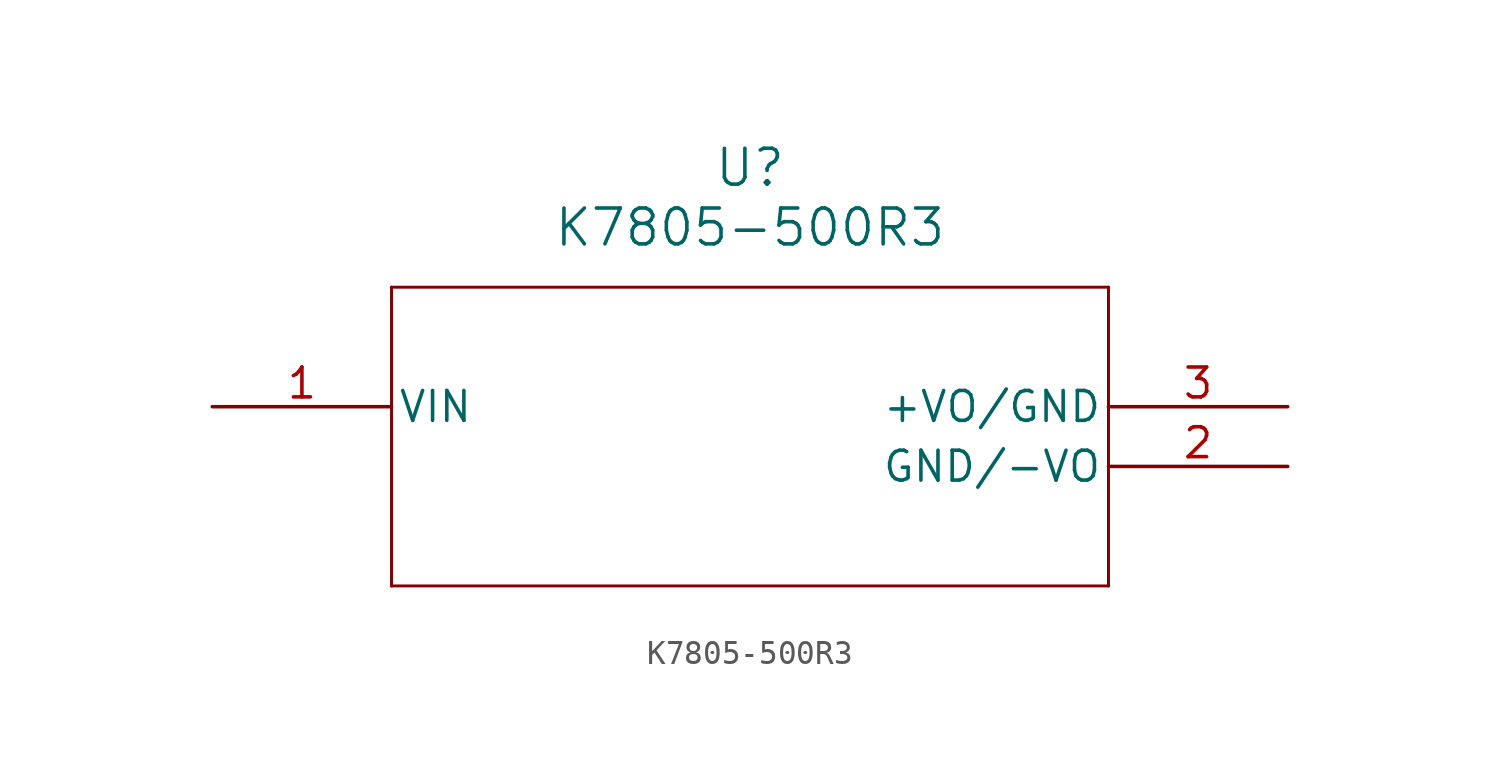
<source format=kicad_sym>
(kicad_symbol_lib
  (version 20211014)
  (generator kicad_symbol_editor)
  (symbol "K7805-500R3"
    (pin_names
      (offset 0.254))
    (property "Reference" "U"
      (at 22.86 10.16 0)
      (effects (font (size 1.524 1.524))))
    (property "Value" "K7805-500R3"
      (at 22.86 7.62 0)
      (effects (font (size 1.524 1.524))))
    (symbol "K7805-500R3_0_1"
      (polyline (pts (xy 7.62 5.08) (xy 7.62 -7.62)) (stroke (width 0.127) (type default) (color 0 0 0 0)) (fill (type none)))
      (polyline (pts (xy 7.62 -7.62) (xy 38.1 -7.62)) (stroke (width 0.127) (type default) (color 0 0 0 0)) (fill (type none)))
      (polyline (pts (xy 38.1 -7.62) (xy 38.1 5.08)) (stroke (width 0.127) (type default) (color 0 0 0 0)) (fill (type none)))
      (polyline (pts (xy 38.1 5.08) (xy 7.62 5.08)) (stroke (width 0.127) (type default) (color 0 0 0 0)) (fill (type none)))
      (pin unspecified line (at 0 0 0) (length 7.62) (name "VIN" (effects (font (size 1.27 1.27)))) (number "1" (effects (font (size 1.27 1.27)))))
      (pin unspecified line (at 45.72 -2.54 180) (length 7.62) (name "GND/-VO" (effects (font (size 1.27 1.27)))) (number "2" (effects (font (size 1.27 1.27)))))
      (pin unspecified line (at 45.72 0 180) (length 7.62) (name "+VO/GND" (effects (font (size 1.27 1.27)))) (number "3" (effects (font (size 1.27 1.27))))))))
</source>
